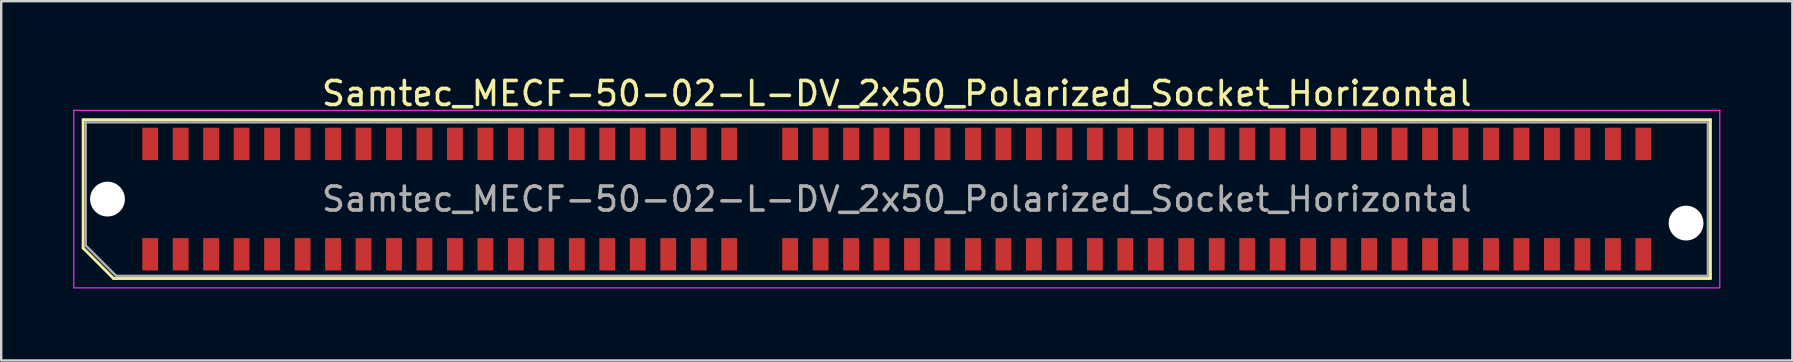
<source format=kicad_pcb>
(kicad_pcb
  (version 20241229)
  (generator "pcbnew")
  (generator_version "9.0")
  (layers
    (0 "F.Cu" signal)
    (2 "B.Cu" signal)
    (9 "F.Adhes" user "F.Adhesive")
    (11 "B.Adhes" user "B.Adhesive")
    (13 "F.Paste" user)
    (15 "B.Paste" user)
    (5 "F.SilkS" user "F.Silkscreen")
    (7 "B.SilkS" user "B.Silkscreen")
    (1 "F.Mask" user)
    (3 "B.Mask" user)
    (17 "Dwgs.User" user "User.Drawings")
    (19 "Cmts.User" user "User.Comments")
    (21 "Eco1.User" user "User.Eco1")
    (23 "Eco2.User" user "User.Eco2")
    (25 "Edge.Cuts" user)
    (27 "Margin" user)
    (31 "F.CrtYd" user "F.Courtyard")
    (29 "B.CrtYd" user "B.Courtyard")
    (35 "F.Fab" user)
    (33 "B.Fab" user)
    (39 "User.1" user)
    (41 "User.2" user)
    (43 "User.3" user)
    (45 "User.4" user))
  (footprint "Samtec_MECF-50-02-L-DV_2x50_Polarized_Socket_Horizontal"
    (layer "F.Cu")
    (at 34.325 5.248)
    (property "Reference" "Samtec_MECF-50-02-L-DV_2x50_Polarized_Socket_Horizontal" (at 0 -4.4 0) (layer "F.SilkS") (effects (font (size 1 1) (thickness 0.15))))
    (attr smd)
    (fp_line (start -33.91 -3.31) (end 33.91 -3.31) (stroke (width 0.12) (type solid)) (layer "F.SilkS"))
    (fp_line (start -33.91 2.04) (end -33.91 -3.31) (stroke (width 0.12) (type solid)) (layer "F.SilkS"))
    (fp_line (start -32.64 3.31) (end -33.91 2.04) (stroke (width 0.12) (type solid)) (layer "F.SilkS"))
    (fp_line (start -32.64 3.31) (end 33.91 3.31) (stroke (width 0.12) (type solid)) (layer "F.SilkS"))
    (fp_line (start 33.91 3.31) (end 33.91 -3.31) (stroke (width 0.12) (type solid)) (layer "F.SilkS"))
    (fp_line (start -34.3 -3.7) (end -34.3 3.7) (stroke (width 0.05) (type solid)) (layer "F.CrtYd"))
    (fp_line (start -34.3 3.7) (end 34.3 3.7) (stroke (width 0.05) (type solid)) (layer "F.CrtYd"))
    (fp_line (start 34.3 -3.7) (end -34.3 -3.7) (stroke (width 0.05) (type solid)) (layer "F.CrtYd"))
    (fp_line (start 34.3 3.7) (end 34.3 -3.7) (stroke (width 0.05) (type solid)) (layer "F.CrtYd"))
    (fp_line (start -33.805 -3.2) (end 33.805 -3.2) (stroke (width 0.1) (type solid)) (layer "F.Fab"))
    (fp_line (start -33.805 1.93) (end -33.805 -3.2) (stroke (width 0.1) (type solid)) (layer "F.Fab"))
    (fp_line (start -33.805 1.93) (end -32.535 3.2) (stroke (width 0.1) (type solid)) (layer "F.Fab"))
    (fp_line (start -32.535 3.2) (end 33.805 3.2) (stroke (width 0.1) (type solid)) (layer "F.Fab"))
    (fp_line (start 33.805 3.2) (end 33.805 -3.2) (stroke (width 0.1) (type solid)) (layer "F.Fab"))
    (fp_text user "${REFERENCE}" (at 0 0 0) (layer "F.Fab") (effects (font (size 1 1) (thickness 0.15))))
    (pad "" np_thru_hole circle (at -32.895 0) (size 1.45 1.45) (drill 1.45) (layers "*.Cu" "*.Mask"))
    (pad "" np_thru_hole circle (at 32.895 1) (size 1.45 1.45) (drill 1.45) (layers "*.Cu" "*.Mask"))
    (pad "1" smd rect (at -31.115 2.3) (size 0.66 1.35) (layers "F.Cu" "F.Mask" "F.Paste"))
    (pad "2" smd rect (at -31.115 -2.3) (size 0.66 1.35) (layers "F.Cu" "F.Mask" "F.Paste"))
    (pad "3" smd rect (at -29.845 2.3) (size 0.66 1.35) (layers "F.Cu" "F.Mask" "F.Paste"))
    (pad "4" smd rect (at -29.845 -2.3) (size 0.66 1.35) (layers "F.Cu" "F.Mask" "F.Paste"))
    (pad "5" smd rect (at -28.575 2.3) (size 0.66 1.35) (layers "F.Cu" "F.Mask" "F.Paste"))
    (pad "6" smd rect (at -28.575 -2.3) (size 0.66 1.35) (layers "F.Cu" "F.Mask" "F.Paste"))
    (pad "7" smd rect (at -27.305 2.3) (size 0.66 1.35) (layers "F.Cu" "F.Mask" "F.Paste"))
    (pad "8" smd rect (at -27.305 -2.3) (size 0.66 1.35) (layers "F.Cu" "F.Mask" "F.Paste"))
    (pad "9" smd rect (at -26.035 2.3) (size 0.66 1.35) (layers "F.Cu" "F.Mask" "F.Paste"))
    (pad "10" smd rect (at -26.035 -2.3) (size 0.66 1.35) (layers "F.Cu" "F.Mask" "F.Paste"))
    (pad "11" smd rect (at -24.765 2.3) (size 0.66 1.35) (layers "F.Cu" "F.Mask" "F.Paste"))
    (pad "12" smd rect (at -24.765 -2.3) (size 0.66 1.35) (layers "F.Cu" "F.Mask" "F.Paste"))
    (pad "13" smd rect (at -23.495 2.3) (size 0.66 1.35) (layers "F.Cu" "F.Mask" "F.Paste"))
    (pad "14" smd rect (at -23.495 -2.3) (size 0.66 1.35) (layers "F.Cu" "F.Mask" "F.Paste"))
    (pad "15" smd rect (at -22.225 2.3) (size 0.66 1.35) (layers "F.Cu" "F.Mask" "F.Paste"))
    (pad "16" smd rect (at -22.225 -2.3) (size 0.66 1.35) (layers "F.Cu" "F.Mask" "F.Paste"))
    (pad "17" smd rect (at -20.955 2.3) (size 0.66 1.35) (layers "F.Cu" "F.Mask" "F.Paste"))
    (pad "18" smd rect (at -20.955 -2.3) (size 0.66 1.35) (layers "F.Cu" "F.Mask" "F.Paste"))
    (pad "19" smd rect (at -19.685 2.3) (size 0.66 1.35) (layers "F.Cu" "F.Mask" "F.Paste"))
    (pad "20" smd rect (at -19.685 -2.3) (size 0.66 1.35) (layers "F.Cu" "F.Mask" "F.Paste"))
    (pad "21" smd rect (at -18.415 2.3) (size 0.66 1.35) (layers "F.Cu" "F.Mask" "F.Paste"))
    (pad "22" smd rect (at -18.415 -2.3) (size 0.66 1.35) (layers "F.Cu" "F.Mask" "F.Paste"))
    (pad "23" smd rect (at -17.145 2.3) (size 0.66 1.35) (layers "F.Cu" "F.Mask" "F.Paste"))
    (pad "24" smd rect (at -17.145 -2.3) (size 0.66 1.35) (layers "F.Cu" "F.Mask" "F.Paste"))
    (pad "25" smd rect (at -15.875 2.3) (size 0.66 1.35) (layers "F.Cu" "F.Mask" "F.Paste"))
    (pad "26" smd rect (at -15.875 -2.3) (size 0.66 1.35) (layers "F.Cu" "F.Mask" "F.Paste"))
    (pad "27" smd rect (at -14.605 2.3) (size 0.66 1.35) (layers "F.Cu" "F.Mask" "F.Paste"))
    (pad "28" smd rect (at -14.605 -2.3) (size 0.66 1.35) (layers "F.Cu" "F.Mask" "F.Paste"))
    (pad "29" smd rect (at -13.335 2.3) (size 0.66 1.35) (layers "F.Cu" "F.Mask" "F.Paste"))
    (pad "30" smd rect (at -13.335 -2.3) (size 0.66 1.35) (layers "F.Cu" "F.Mask" "F.Paste"))
    (pad "31" smd rect (at -12.065 2.3) (size 0.66 1.35) (layers "F.Cu" "F.Mask" "F.Paste"))
    (pad "32" smd rect (at -12.065 -2.3) (size 0.66 1.35) (layers "F.Cu" "F.Mask" "F.Paste"))
    (pad "33" smd rect (at -10.795 2.3) (size 0.66 1.35) (layers "F.Cu" "F.Mask" "F.Paste"))
    (pad "34" smd rect (at -10.795 -2.3) (size 0.66 1.35) (layers "F.Cu" "F.Mask" "F.Paste"))
    (pad "35" smd rect (at -9.525 2.3) (size 0.66 1.35) (layers "F.Cu" "F.Mask" "F.Paste"))
    (pad "36" smd rect (at -9.525 -2.3) (size 0.66 1.35) (layers "F.Cu" "F.Mask" "F.Paste"))
    (pad "37" smd rect (at -8.255 2.3) (size 0.66 1.35) (layers "F.Cu" "F.Mask" "F.Paste"))
    (pad "38" smd rect (at -8.255 -2.3) (size 0.66 1.35) (layers "F.Cu" "F.Mask" "F.Paste"))
    (pad "39" smd rect (at -6.985 2.3) (size 0.66 1.35) (layers "F.Cu" "F.Mask" "F.Paste"))
    (pad "40" smd rect (at -6.985 -2.3) (size 0.66 1.35) (layers "F.Cu" "F.Mask" "F.Paste"))
    (pad "43" smd rect (at -4.445 2.3) (size 0.66 1.35) (layers "F.Cu" "F.Mask" "F.Paste"))
    (pad "44" smd rect (at -4.445 -2.3) (size 0.66 1.35) (layers "F.Cu" "F.Mask" "F.Paste"))
    (pad "45" smd rect (at -3.175 2.3) (size 0.66 1.35) (layers "F.Cu" "F.Mask" "F.Paste"))
    (pad "46" smd rect (at -3.175 -2.3) (size 0.66 1.35) (layers "F.Cu" "F.Mask" "F.Paste"))
    (pad "47" smd rect (at -1.905 2.3) (size 0.66 1.35) (layers "F.Cu" "F.Mask" "F.Paste"))
    (pad "48" smd rect (at -1.905 -2.3) (size 0.66 1.35) (layers "F.Cu" "F.Mask" "F.Paste"))
    (pad "49" smd rect (at -0.635 2.3) (size 0.66 1.35) (layers "F.Cu" "F.Mask" "F.Paste"))
    (pad "50" smd rect (at -0.635 -2.3) (size 0.66 1.35) (layers "F.Cu" "F.Mask" "F.Paste"))
    (pad "51" smd rect (at 0.635 2.3) (size 0.66 1.35) (layers "F.Cu" "F.Mask" "F.Paste"))
    (pad "52" smd rect (at 0.635 -2.3) (size 0.66 1.35) (layers "F.Cu" "F.Mask" "F.Paste"))
    (pad "53" smd rect (at 1.905 2.3) (size 0.66 1.35) (layers "F.Cu" "F.Mask" "F.Paste"))
    (pad "54" smd rect (at 1.905 -2.3) (size 0.66 1.35) (layers "F.Cu" "F.Mask" "F.Paste"))
    (pad "55" smd rect (at 3.175 2.3) (size 0.66 1.35) (layers "F.Cu" "F.Mask" "F.Paste"))
    (pad "56" smd rect (at 3.175 -2.3) (size 0.66 1.35) (layers "F.Cu" "F.Mask" "F.Paste"))
    (pad "57" smd rect (at 4.445 2.3) (size 0.66 1.35) (layers "F.Cu" "F.Mask" "F.Paste"))
    (pad "58" smd rect (at 4.445 -2.3) (size 0.66 1.35) (layers "F.Cu" "F.Mask" "F.Paste"))
    (pad "59" smd rect (at 5.715 2.3) (size 0.66 1.35) (layers "F.Cu" "F.Mask" "F.Paste"))
    (pad "60" smd rect (at 5.715 -2.3) (size 0.66 1.35) (layers "F.Cu" "F.Mask" "F.Paste"))
    (pad "61" smd rect (at 6.985 2.3) (size 0.66 1.35) (layers "F.Cu" "F.Mask" "F.Paste"))
    (pad "62" smd rect (at 6.985 -2.3) (size 0.66 1.35) (layers "F.Cu" "F.Mask" "F.Paste"))
    (pad "63" smd rect (at 8.255 2.3) (size 0.66 1.35) (layers "F.Cu" "F.Mask" "F.Paste"))
    (pad "64" smd rect (at 8.255 -2.3) (size 0.66 1.35) (layers "F.Cu" "F.Mask" "F.Paste"))
    (pad "65" smd rect (at 9.525 2.3) (size 0.66 1.35) (layers "F.Cu" "F.Mask" "F.Paste"))
    (pad "66" smd rect (at 9.525 -2.3) (size 0.66 1.35) (layers "F.Cu" "F.Mask" "F.Paste"))
    (pad "67" smd rect (at 10.795 2.3) (size 0.66 1.35) (layers "F.Cu" "F.Mask" "F.Paste"))
    (pad "68" smd rect (at 10.795 -2.3) (size 0.66 1.35) (layers "F.Cu" "F.Mask" "F.Paste"))
    (pad "69" smd rect (at 12.065 2.3) (size 0.66 1.35) (layers "F.Cu" "F.Mask" "F.Paste"))
    (pad "70" smd rect (at 12.065 -2.3) (size 0.66 1.35) (layers "F.Cu" "F.Mask" "F.Paste"))
    (pad "71" smd rect (at 13.335 2.3) (size 0.66 1.35) (layers "F.Cu" "F.Mask" "F.Paste"))
    (pad "72" smd rect (at 13.335 -2.3) (size 0.66 1.35) (layers "F.Cu" "F.Mask" "F.Paste"))
    (pad "73" smd rect (at 14.605 2.3) (size 0.66 1.35) (layers "F.Cu" "F.Mask" "F.Paste"))
    (pad "74" smd rect (at 14.605 -2.3) (size 0.66 1.35) (layers "F.Cu" "F.Mask" "F.Paste"))
    (pad "75" smd rect (at 15.875 2.3) (size 0.66 1.35) (layers "F.Cu" "F.Mask" "F.Paste"))
    (pad "76" smd rect (at 15.875 -2.3) (size 0.66 1.35) (layers "F.Cu" "F.Mask" "F.Paste"))
    (pad "77" smd rect (at 17.145 2.3) (size 0.66 1.35) (layers "F.Cu" "F.Mask" "F.Paste"))
    (pad "78" smd rect (at 17.145 -2.3) (size 0.66 1.35) (layers "F.Cu" "F.Mask" "F.Paste"))
    (pad "79" smd rect (at 18.415 2.3) (size 0.66 1.35) (layers "F.Cu" "F.Mask" "F.Paste"))
    (pad "80" smd rect (at 18.415 -2.3) (size 0.66 1.35) (layers "F.Cu" "F.Mask" "F.Paste"))
    (pad "81" smd rect (at 19.685 2.3) (size 0.66 1.35) (layers "F.Cu" "F.Mask" "F.Paste"))
    (pad "82" smd rect (at 19.685 -2.3) (size 0.66 1.35) (layers "F.Cu" "F.Mask" "F.Paste"))
    (pad "83" smd rect (at 20.955 2.3) (size 0.66 1.35) (layers "F.Cu" "F.Mask" "F.Paste"))
    (pad "84" smd rect (at 20.955 -2.3) (size 0.66 1.35) (layers "F.Cu" "F.Mask" "F.Paste"))
    (pad "85" smd rect (at 22.225 2.3) (size 0.66 1.35) (layers "F.Cu" "F.Mask" "F.Paste"))
    (pad "86" smd rect (at 22.225 -2.3) (size 0.66 1.35) (layers "F.Cu" "F.Mask" "F.Paste"))
    (pad "87" smd rect (at 23.495 2.3) (size 0.66 1.35) (layers "F.Cu" "F.Mask" "F.Paste"))
    (pad "88" smd rect (at 23.495 -2.3) (size 0.66 1.35) (layers "F.Cu" "F.Mask" "F.Paste"))
    (pad "89" smd rect (at 24.765 2.3) (size 0.66 1.35) (layers "F.Cu" "F.Mask" "F.Paste"))
    (pad "90" smd rect (at 24.765 -2.3) (size 0.66 1.35) (layers "F.Cu" "F.Mask" "F.Paste"))
    (pad "91" smd rect (at 26.035 2.3) (size 0.66 1.35) (layers "F.Cu" "F.Mask" "F.Paste"))
    (pad "92" smd rect (at 26.035 -2.3) (size 0.66 1.35) (layers "F.Cu" "F.Mask" "F.Paste"))
    (pad "93" smd rect (at 27.305 2.3) (size 0.66 1.35) (layers "F.Cu" "F.Mask" "F.Paste"))
    (pad "94" smd rect (at 27.305 -2.3) (size 0.66 1.35) (layers "F.Cu" "F.Mask" "F.Paste"))
    (pad "95" smd rect (at 28.575 2.3) (size 0.66 1.35) (layers "F.Cu" "F.Mask" "F.Paste"))
    (pad "96" smd rect (at 28.575 -2.3) (size 0.66 1.35) (layers "F.Cu" "F.Mask" "F.Paste"))
    (pad "97" smd rect (at 29.845 2.3) (size 0.66 1.35) (layers "F.Cu" "F.Mask" "F.Paste"))
    (pad "98" smd rect (at 29.845 -2.3) (size 0.66 1.35) (layers "F.Cu" "F.Mask" "F.Paste"))
    (pad "99" smd rect (at 31.115 2.3) (size 0.66 1.35) (layers "F.Cu" "F.Mask" "F.Paste"))
    (pad "100" smd rect (at 31.115 -2.3) (size 0.66 1.35) (layers "F.Cu" "F.Mask" "F.Paste")))
  (gr_rect
    (start -3 -3)
    (end 71.65 11.973)
    (stroke (width 0.1) (type default))
    (fill no)
    (layer "Edge.Cuts")))
</source>
